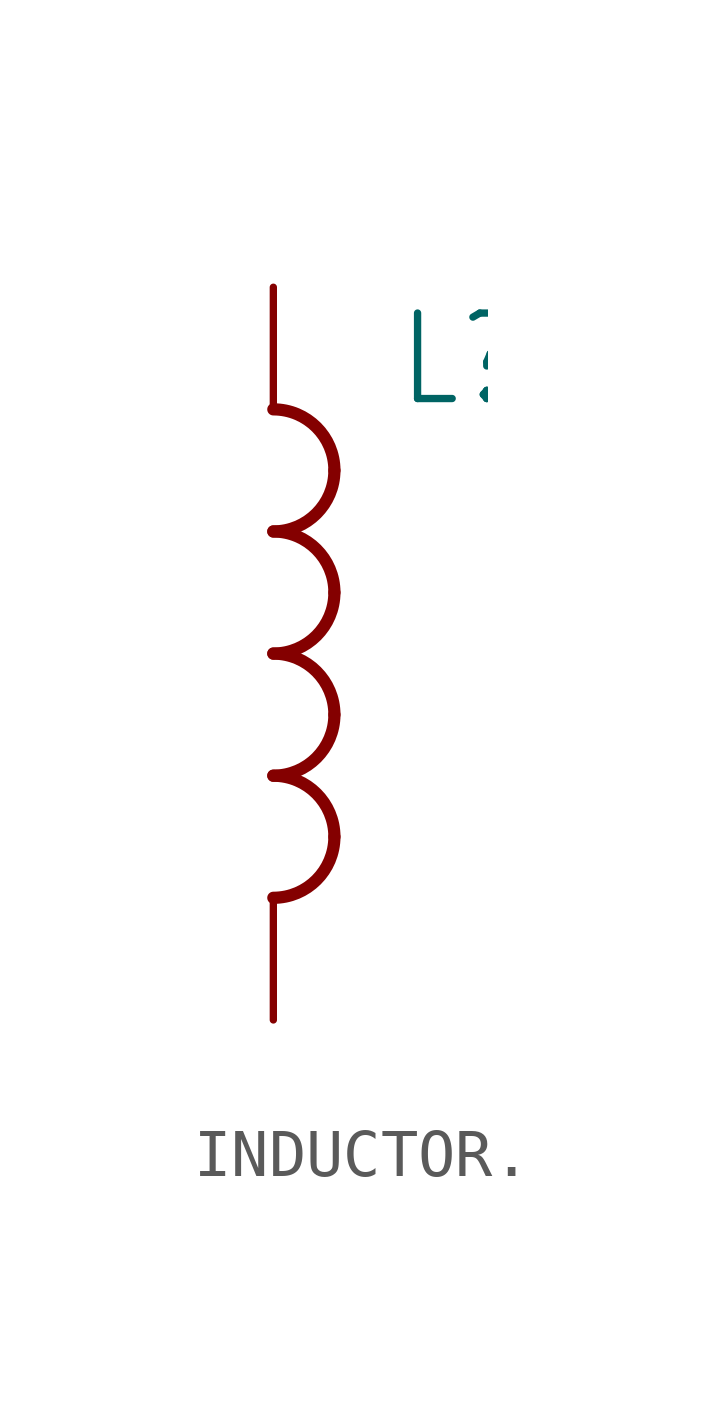
<source format=kicad_sym>
(kicad_symbol_lib
  (version 20241209)
  (generator "kicad_symbol_editor")
  (generator_version "9.0")
  (symbol "INDUCTOR."
    (property "Reference" "L"
      (at 2.54 5.08 0)
      (effects (font (size 1.778 1.511)) (justify left bottom)))
    (property "Value" ""
      (at 2.54 -5.08 0)
      (effects (font (size 1.778 1.511)) (justify left bottom)))
    (property "ki_locked" ""
      (at 0 0 0)
      (effects (font (size 1.27 1.27))))
    (symbol "INDUCTOR._1_0"
      (arc (start 0 5.08) (mid 0.898 4.708) (end 1.27 3.81) (stroke (width 0.254) (type solid)) (fill (type none)))
      (arc (start 1.27 3.81) (mid 0.898 2.912) (end 0 2.54) (stroke (width 0.254) (type solid)) (fill (type none)))
      (arc (start 1.27 1.27) (mid 0.898 0.372) (end 0 0) (stroke (width 0.254) (type solid)) (fill (type none)))
      (arc (start 0 2.54) (mid 0.8981 2.168) (end 1.2701 1.2699) (stroke (width 0.254) (type solid)) (fill (type none)))
      (arc (start 1.2701 -1.2699) (mid 0.8981 -2.168) (end 0 -2.54) (stroke (width 0.254) (type solid)) (fill (type none)))
      (arc (start 0 0) (mid 0.898 -0.372) (end 1.27 -1.27) (stroke (width 0.254) (type solid)) (fill (type none)))
      (arc (start 0 -2.54) (mid 0.898 -2.912) (end 1.27 -3.81) (stroke (width 0.254) (type solid)) (fill (type none)))
      (arc (start 1.27 -3.81) (mid 0.898 -4.708) (end 0 -5.08) (stroke (width 0.254) (type solid)) (fill (type none)))
      (pin passive line (at 0 7.62 270) (length 2.54) (name "1" (effects (font (size 0 0)))) (number "P$1" (effects (font (size 0 0)))))
      (pin passive line (at 0 -7.62 90) (length 2.54) (name "2" (effects (font (size 0 0)))) (number "P$2" (effects (font (size 0 0))))))))
</source>
